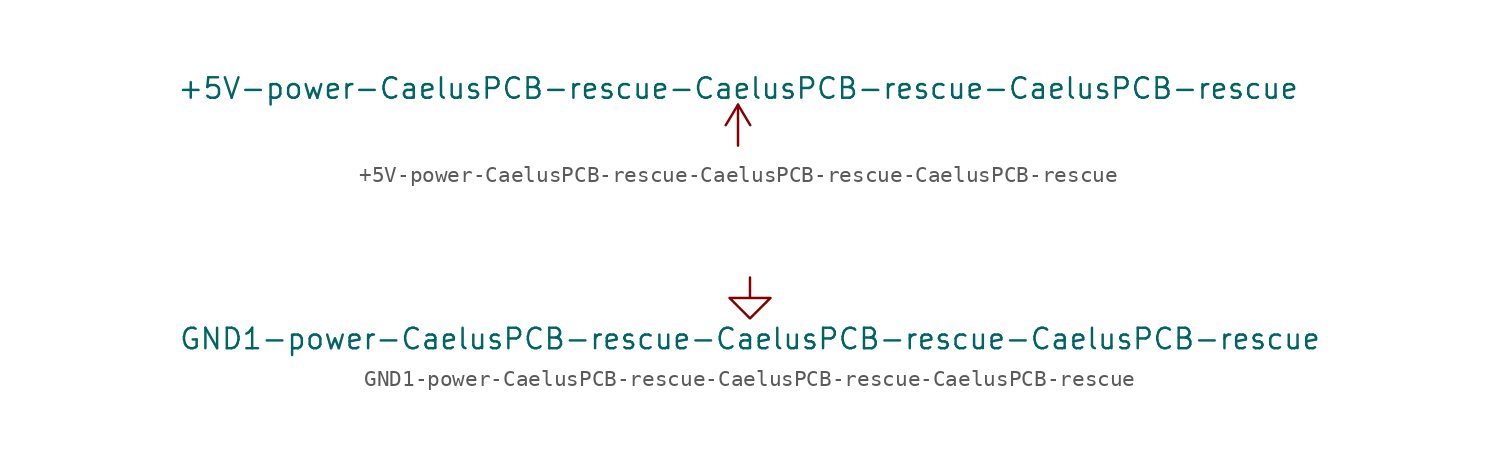
<source format=kicad_sym>
(kicad_symbol_lib
  (version 20211014)
  (generator kicad_symbol_editor)
  (symbol "+5V-power-CaelusPCB-rescue-CaelusPCB-rescue-CaelusPCB-rescue"
    (power)
    (pin_names
      (offset 0))
    (property "Reference" "#PWR"
      (at 0 -3.81 0)
      (effects (font (size 1.27 1.27)) hide))
    (property "Value" "+5V-power-CaelusPCB-rescue-CaelusPCB-rescue-CaelusPCB-rescue"
      (at 0 3.556 0)
      (effects (font (size 1.27 1.27))))
    (symbol "+5V-power-CaelusPCB-rescue-CaelusPCB-rescue-CaelusPCB-rescue_0_1"
      (polyline (pts (xy -0.762 1.27) (xy 0 2.54)) (stroke (width 0) (type default) (color 0 0 0 0)) (fill (type none)))
      (polyline (pts (xy 0 0) (xy 0 2.54)) (stroke (width 0) (type default) (color 0 0 0 0)) (fill (type none)))
      (polyline (pts (xy 0 2.54) (xy 0.762 1.27)) (stroke (width 0) (type default) (color 0 0 0 0)) (fill (type none))))
    (symbol "+5V-power-CaelusPCB-rescue-CaelusPCB-rescue-CaelusPCB-rescue_1_1"
      (pin power_in line (at 0 0 90) (length 0) hide (name "+5V" (effects (font (size 1.27 1.27)))) (number "1" (effects (font (size 1.27 1.27)))))))
  (symbol "GND1-power-CaelusPCB-rescue-CaelusPCB-rescue-CaelusPCB-rescue"
    (power)
    (pin_names
      (offset 0))
    (property "Reference" "#PWR"
      (at 0 -6.35 0)
      (effects (font (size 1.27 1.27)) hide))
    (property "Value" "GND1-power-CaelusPCB-rescue-CaelusPCB-rescue-CaelusPCB-rescue"
      (at 0 -3.81 0)
      (effects (font (size 1.27 1.27))))
    (symbol "GND1-power-CaelusPCB-rescue-CaelusPCB-rescue-CaelusPCB-rescue_0_1"
      (polyline (pts (xy 0 0) (xy 0 -1.27) (xy 1.27 -1.27) (xy 0 -2.54) (xy -1.27 -1.27) (xy 0 -1.27)) (stroke (width 0) (type default) (color 0 0 0 0)) (fill (type none))))
    (symbol "GND1-power-CaelusPCB-rescue-CaelusPCB-rescue-CaelusPCB-rescue_1_1"
      (pin power_in line (at 0 0 270) (length 0) hide (name "GND1" (effects (font (size 1.27 1.27)))) (number "1" (effects (font (size 1.27 1.27))))))))
</source>
